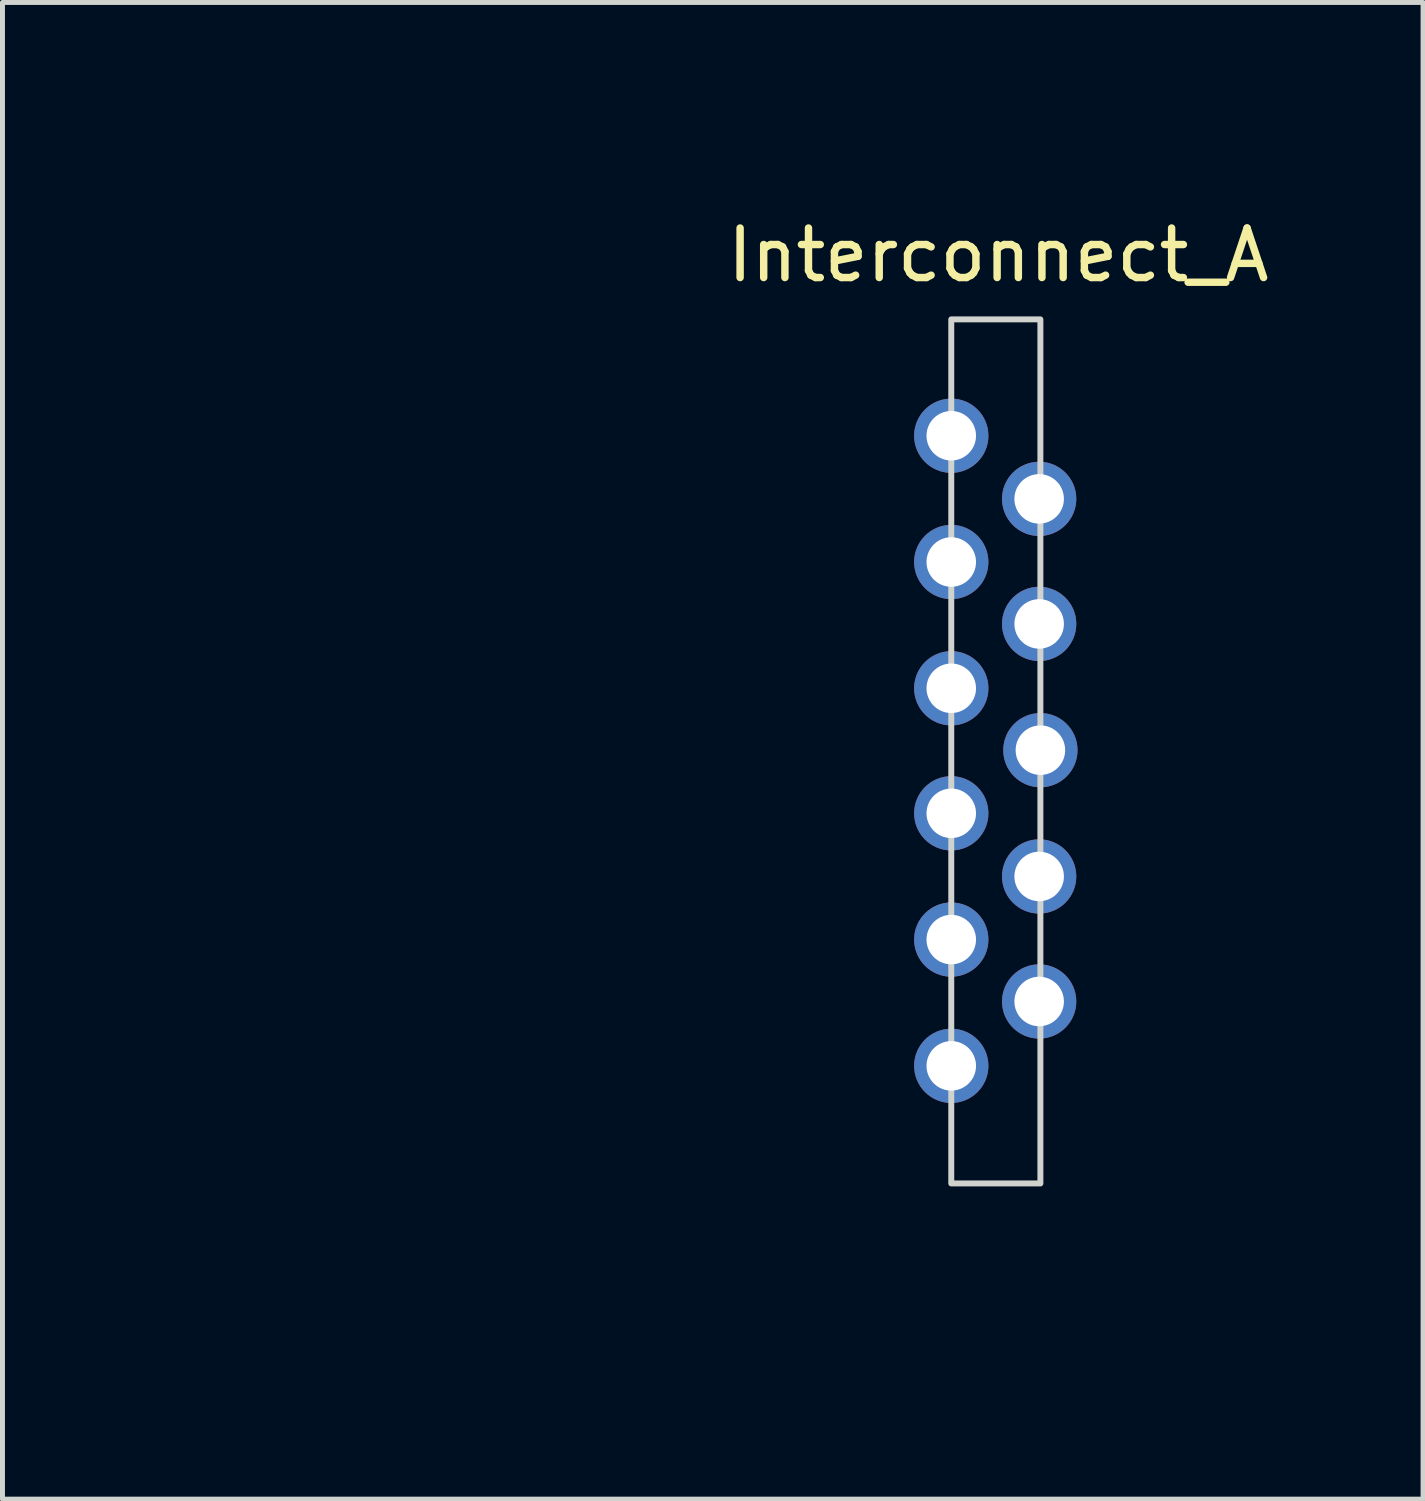
<source format=kicad_pcb>
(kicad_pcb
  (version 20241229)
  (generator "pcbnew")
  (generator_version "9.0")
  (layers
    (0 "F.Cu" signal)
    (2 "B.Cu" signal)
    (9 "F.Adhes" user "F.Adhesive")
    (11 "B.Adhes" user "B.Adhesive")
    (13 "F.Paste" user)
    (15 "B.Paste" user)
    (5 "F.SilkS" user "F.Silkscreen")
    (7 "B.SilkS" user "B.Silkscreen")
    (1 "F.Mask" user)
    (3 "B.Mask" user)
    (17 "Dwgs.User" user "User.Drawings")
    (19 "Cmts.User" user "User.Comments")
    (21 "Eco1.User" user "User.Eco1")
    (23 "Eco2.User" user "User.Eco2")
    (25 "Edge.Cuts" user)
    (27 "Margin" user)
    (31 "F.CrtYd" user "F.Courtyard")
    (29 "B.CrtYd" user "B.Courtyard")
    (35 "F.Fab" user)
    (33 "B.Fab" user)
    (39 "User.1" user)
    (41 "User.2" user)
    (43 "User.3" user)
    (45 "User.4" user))
  (footprint "Interconnect_A"
    (layer "F.Cu")
    (at 17.086 12.1)
    (property "Reference" "Interconnect_A" (at 0.025 -10 0) (unlocked yes) (layer "F.SilkS") (effects (font (size 1 1) (thickness 0.15))))
    (attr through_hole)
    (fp_poly (pts (xy 3.41 -12.019) (xy 3.614 -11.967) (xy 3.819 -11.895) (xy 4.019 -11.808) (xy 4.205 -11.709) (xy 4.348 -11.617) (xy 4.429 -11.554) (xy 4.519 -11.476) (xy 4.613 -11.388) (xy 4.705 -11.295) (xy 4.791 -11.203) (xy 4.864 -11.116) (xy 4.915 -11.048) (xy 5.05 -10.833) (xy 5.159 -10.615) (xy 5.244 -10.392) (xy 5.305 -10.16) (xy 5.337 -9.979) (xy 5.338 -9.968) (xy 5.339 -9.953) (xy 5.34 -9.933) (xy 5.341 -9.908) (xy 5.342 -9.877) (xy 5.343 -9.841) (xy 5.344 -9.797) (xy 5.345 -9.746) (xy 5.346 -9.687) (xy 5.347 -9.62) (xy 5.348 -9.543) (xy 5.349 -9.457) (xy 5.349 -9.361) (xy 5.35 -9.254) (xy 5.35 -9.136) (xy 5.351 -9.006) (xy 5.352 -8.863) (xy 5.352 -8.707) (xy 5.352 -8.538) (xy 5.353 -8.355) (xy 5.353 -8.156) (xy 5.353 -7.943) (xy 5.354 -7.714) (xy 5.354 -7.468) (xy 5.354 -7.205) (xy 5.354 -6.925) (xy 5.354 -6.626) (xy 5.355 -6.309) (xy 5.355 -5.973) (xy 5.355 -5.617) (xy 5.355 -5.24) (xy 5.355 -4.842) (xy 5.355 -4.423) (xy 5.355 -3.982) (xy 5.355 -3.518) (xy 5.354 -3.031) (xy 5.354 -2.52) (xy 5.354 -1.984) (xy 5.354 -1.424) (xy 5.354 -0.838) (xy 5.354 -0.226) (xy 5.354 0.065) (xy 5.353 0.684) (xy 5.353 1.277) (xy 5.353 1.844) (xy 5.353 2.385) (xy 5.352 2.903) (xy 5.352 3.396) (xy 5.352 3.866) (xy 5.352 4.313) (xy 5.352 4.737) (xy 5.351 5.14) (xy 5.351 5.522) (xy 5.351 5.884) (xy 5.351 6.225) (xy 5.35 6.547) (xy 5.35 6.85) (xy 5.35 7.135) (xy 5.349 7.403) (xy 5.349 7.653) (xy 5.349 7.887) (xy 5.348 8.105) (xy 5.348 8.308) (xy 5.347 8.496) (xy 5.347 8.669) (xy 5.346 8.83) (xy 5.346 8.977) (xy 5.345 9.112) (xy 5.345 9.234) (xy 5.344 9.346) (xy 5.343 9.447) (xy 5.343 9.538) (xy 5.342 9.619) (xy 5.341 9.692) (xy 5.34 9.756) (xy 5.339 9.812) (xy 5.338 9.861) (xy 5.337 9.904) (xy 5.336 9.94) (xy 5.335 9.971) (xy 5.334 9.997) (xy 5.333 10.019) (xy 5.331 10.037) (xy 5.33 10.052) (xy 5.329 10.065) (xy 5.327 10.075) (xy 5.326 10.084) (xy 5.325 10.088) (xy 5.276 10.295) (xy 5.21 10.499) (xy 5.13 10.694) (xy 5.039 10.871) (xy 5.02 10.904) (xy 4.946 11.02) (xy 4.873 11.123) (xy 4.794 11.221) (xy 4.702 11.321) (xy 4.638 11.386) (xy 4.461 11.547) (xy 4.277 11.685) (xy 4.082 11.802) (xy 3.873 11.9) (xy 3.647 11.98) (xy 3.41 12.042) (xy 3.278 12.071) (xy -6.496 12.074) (xy -7.111 12.074) (xy -7.699 12.075) (xy -8.262 12.075) (xy -8.8 12.075) (xy -9.313 12.075) (xy -9.802 12.075) (xy -10.267 12.075) (xy -10.71 12.075) (xy -11.131 12.075) (xy -11.53 12.075) (xy -11.907 12.075) (xy -12.265 12.075) (xy -12.602 12.075) (xy -12.92 12.075) (xy -13.219 12.075) (xy -13.501 12.075) (xy -13.764 12.075) (xy -14.011 12.075) (xy -14.241 12.075) (xy -14.455 12.074) (xy -14.654 12.074) (xy -14.838 12.074) (xy -15.008 12.073) (xy -15.165 12.073) (xy -15.309 12.073) (xy -15.44 12.072) (xy -15.56 12.072) (xy -15.668 12.071) (xy -15.766 12.07) (xy -15.854 12.07) (xy -15.932 12.069) (xy -16.001 12.068) (xy -16.063 12.067) (xy -16.116 12.066) (xy -16.162 12.066) (xy -16.202 12.065) (xy -16.236 12.063) (xy -16.265 12.062) (xy -16.288 12.061) (xy -16.308 12.06) (xy -16.324 12.059) (xy -16.336 12.057) (xy -16.347 12.056) (xy -16.355 12.054) (xy -16.363 12.053) (xy -16.368 12.051) (xy -16.5 12.005) (xy -16.626 11.937) (xy -16.742 11.851) (xy -16.841 11.752) (xy -16.902 11.67) (xy -16.932 11.617) (xy -16.964 11.552) (xy -16.992 11.488) (xy -16.994 11.481) (xy -17.036 11.372) (xy -17.036 8.715) (xy -15.927 8.715) (xy -15.55 8.715) (xy -15.55 7.975) (xy -9.832 7.975) (xy -9.832 8.107) (xy -9.832 8.232) (xy -9.831 8.346) (xy -9.83 8.448) (xy -9.829 8.535) (xy -9.827 8.603) (xy -9.826 8.65) (xy -9.824 8.673) (xy -9.824 8.673) (xy -9.815 8.715) (xy -9.637 8.715) (xy -4.33 8.715) (xy -4.143 8.715) (xy -4.067 8.715) (xy -4.014 8.713) (xy -3.979 8.71) (xy -3.959 8.705) (xy -3.949 8.697) (xy -3.948 8.694) (xy -3.946 8.677) (xy -3.945 8.635) (xy -3.943 8.572) (xy -3.942 8.49) (xy -3.941 8.391) (xy -3.94 8.278) (xy -3.94 8.154) (xy -3.94 8.022) (xy -3.94 7.975) (xy -3.94 7.84) (xy -3.94 7.713) (xy -3.941 7.596) (xy -3.942 7.493) (xy -3.943 7.404) (xy -3.944 7.334) (xy -3.946 7.285) (xy -3.947 7.26) (xy -3.948 7.257) (xy -3.955 7.248) (xy -3.971 7.242) (xy -4 7.238) (xy -4.046 7.236) (xy -4.114 7.235) (xy -4.143 7.235) (xy -4.33 7.235) (xy -4.33 8.715) (xy -9.637 8.715) (xy -9.563 8.715) (xy -9.511 8.713) (xy -9.478 8.71) (xy -9.46 8.704) (xy -9.451 8.696) (xy -9.45 8.694) (xy -9.449 8.677) (xy -9.447 8.635) (xy -9.446 8.572) (xy -9.445 8.49) (xy -9.444 8.391) (xy -9.443 8.278) (xy -9.442 8.154) (xy -9.442 8.022) (xy -9.442 7.975) (xy -9.442 7.84) (xy -9.443 7.713) (xy -9.443 7.596) (xy -9.444 7.493) (xy -9.445 7.404) (xy -9.447 7.334) (xy -9.448 7.285) (xy -9.45 7.26) (xy -9.45 7.257) (xy -9.457 7.248) (xy -9.474 7.242) (xy -9.504 7.238) (xy -9.551 7.236) (xy -9.621 7.235) (xy -9.637 7.235) (xy -9.815 7.235) (xy -9.824 7.277) (xy -9.825 7.299) (xy -9.827 7.345) (xy -9.828 7.412) (xy -9.83 7.497) (xy -9.831 7.598) (xy -9.831 7.712) (xy -9.832 7.837) (xy -9.832 7.968) (xy -9.832 7.975) (xy -15.55 7.975) (xy -15.55 7.235) (xy -15.927 7.235) (xy -15.927 8.715) (xy -17.036 8.715) (xy -17.036 6.435) (xy -17.036 5.995) (xy -17.036 5.976) (xy -13.532 5.976) (xy -13.532 6.114) (xy -13.531 6.243) (xy -13.531 6.362) (xy -13.53 6.468) (xy -13.528 6.558) (xy -13.527 6.63) (xy -13.525 6.682) (xy -13.524 6.71) (xy -13.523 6.715) (xy -13.507 6.719) (xy -13.469 6.721) (xy -13.415 6.723) (xy -13.35 6.724) (xy -13.336 6.724) (xy -8.029 6.724) (xy -7.865 6.724) (xy -7.798 6.723) (xy -7.739 6.721) (xy -7.694 6.719) (xy -7.67 6.716) (xy -7.639 6.708) (xy -7.639 5.983) (xy -7.639 5.818) (xy -7.64 5.678) (xy -7.641 5.561) (xy -7.642 5.465) (xy -7.643 5.39) (xy -7.645 5.332) (xy -7.648 5.291) (xy -7.651 5.265) (xy -7.654 5.251) (xy -7.656 5.249) (xy -7.678 5.243) (xy -7.72 5.238) (xy -7.775 5.235) (xy -7.835 5.232) (xy -7.894 5.232) (xy -7.946 5.233) (xy -7.981 5.237) (xy -7.982 5.237) (xy -8.029 5.246) (xy -8.029 6.724) (xy -13.336 6.724) (xy -13.264 6.724) (xy -13.214 6.723) (xy -13.183 6.72) (xy -13.164 6.715) (xy -13.155 6.707) (xy -13.151 6.696) (xy -13.15 6.694) (xy -13.148 6.673) (xy -13.146 6.628) (xy -13.145 6.563) (xy -13.144 6.481) (xy -13.143 6.385) (xy -13.142 6.279) (xy -13.142 6.164) (xy -13.142 6.044) (xy -13.142 5.923) (xy -13.143 5.803) (xy -13.144 5.688) (xy -13.145 5.58) (xy -13.146 5.483) (xy -13.148 5.399) (xy -13.15 5.332) (xy -13.152 5.285) (xy -13.154 5.261) (xy -13.155 5.258) (xy -13.173 5.249) (xy -13.212 5.242) (xy -13.265 5.235) (xy -13.325 5.232) (xy -13.386 5.23) (xy -13.442 5.232) (xy -13.484 5.237) (xy -13.532 5.246) (xy -13.532 5.976) (xy -17.036 5.976) (xy -17.036 5.581) (xy -17.036 5.191) (xy -17.036 4.826) (xy -17.036 4.485) (xy -17.036 4.165) (xy -17.036 3.867) (xy -17.036 3.802) (xy -1.423 3.802) (xy -1.414 3.911) (xy -1.396 3.982) (xy -1.374 4.041) (xy -1.348 4.087) (xy -1.311 4.133) (xy -1.29 4.155) (xy -1.221 4.218) (xy -1.153 4.261) (xy -1.077 4.29) (xy -1.015 4.304) (xy -0.926 4.321) (xy -0.929 5.095) (xy -0.933 5.87) (xy -1.009 5.879) (xy -1.105 5.904) (xy -1.197 5.95) (xy -1.28 6.014) (xy -1.348 6.091) (xy -1.384 6.154) (xy -1.412 6.243) (xy -1.423 6.343) (xy -1.415 6.447) (xy -1.397 6.523) (xy -1.375 6.581) (xy -1.348 6.628) (xy -1.31 6.675) (xy -1.291 6.695) (xy -1.207 6.768) (xy -1.121 6.817) (xy -1.038 6.84) (xy -0.996 6.846) (xy -0.96 6.852) (xy -0.956 6.853) (xy -0.926 6.859) (xy -0.926 7.786) (xy -0.926 7.967) (xy -0.926 8.123) (xy -0.926 8.255) (xy -0.925 8.366) (xy -0.924 8.458) (xy -0.923 8.533) (xy -0.922 8.591) (xy -0.921 8.636) (xy -0.918 8.669) (xy -0.916 8.692) (xy -0.913 8.706) (xy -0.909 8.715) (xy -0.905 8.719) (xy -0.902 8.719) (xy -0.882 8.721) (xy -0.837 8.723) (xy -0.772 8.724) (xy -0.688 8.725) (xy -0.589 8.726) (xy -0.478 8.727) (xy -0.357 8.727) (xy -0.228 8.727) (xy -0.096 8.727) (xy 0.037 8.727) (xy 0.169 8.727) (xy 0.297 8.726) (xy 0.417 8.725) (xy 0.527 8.724) (xy 0.625 8.722) (xy 0.706 8.721) (xy 0.769 8.719) (xy 0.811 8.718) (xy 0.829 8.716) (xy 0.863 8.703) (xy 0.863 5.587) (xy 0.943 5.572) (xy 1.056 5.538) (xy 1.155 5.482) (xy 1.235 5.408) (xy 1.297 5.316) (xy 1.338 5.208) (xy 1.347 5.169) (xy 1.353 5.064) (xy 1.335 4.961) (xy 1.295 4.865) (xy 1.236 4.778) (xy 1.162 4.704) (xy 1.074 4.648) (xy 0.975 4.612) (xy 0.933 4.604) (xy 0.863 4.595) (xy 0.863 3.042) (xy 0.933 3.033) (xy 1.026 3.01) (xy 1.117 2.965) (xy 1.2 2.903) (xy 1.268 2.828) (xy 1.305 2.767) (xy 1.338 2.669) (xy 1.351 2.563) (xy 1.342 2.456) (xy 1.313 2.355) (xy 1.288 2.306) (xy 1.223 2.219) (xy 1.138 2.148) (xy 1.04 2.095) (xy 0.943 2.067) (xy 0.863 2.053) (xy 0.863 0.495) (xy 0.913 0.495) (xy 0.988 0.484) (xy 1.069 0.453) (xy 1.148 0.407) (xy 1.219 0.348) (xy 1.24 0.325) (xy 1.299 0.239) (xy 1.336 0.14) (xy 1.351 0.036) (xy 1.345 -0.07) (xy 1.315 -0.173) (xy 1.277 -0.247) (xy 1.206 -0.338) (xy 1.124 -0.406) (xy 1.028 -0.452) (xy 0.947 -0.474) (xy 0.863 -0.49) (xy 0.863 -2.033) (xy 0.894 -2.04) (xy 0.928 -2.046) (xy 0.97 -2.053) (xy 0.974 -2.054) (xy 1.049 -2.077) (xy 1.126 -2.12) (xy 1.198 -2.177) (xy 1.26 -2.244) (xy 1.3 -2.308) (xy 1.34 -2.417) (xy 1.352 -2.528) (xy 1.342 -2.626) (xy 1.308 -2.729) (xy 1.255 -2.82) (xy 1.186 -2.898) (xy 1.103 -2.959) (xy 1.012 -2.999) (xy 0.935 -3.013) (xy 0.863 -3.019) (xy 0.863 -4.573) (xy 0.947 -4.59) (xy 1.04 -4.615) (xy 1.119 -4.655) (xy 1.194 -4.714) (xy 1.199 -4.719) (xy 1.274 -4.805) (xy 1.324 -4.902) (xy 1.349 -5.006) (xy 1.349 -5.116) (xy 1.324 -5.228) (xy 1.301 -5.285) (xy 1.25 -5.368) (xy 1.18 -5.442) (xy 1.097 -5.5) (xy 1.006 -5.54) (xy 0.935 -5.555) (xy 0.863 -5.563) (xy 0.863 -8.69) (xy 0.821 -8.698) (xy 0.8 -8.7) (xy 0.754 -8.702) (xy 0.688 -8.703) (xy 0.604 -8.704) (xy 0.504 -8.705) (xy 0.392 -8.705) (xy 0.27 -8.706) (xy 0.142 -8.706) (xy 0.01 -8.706) (xy -0.123 -8.706) (xy -0.255 -8.706) (xy -0.381 -8.706) (xy -0.5 -8.705) (xy -0.609 -8.705) (xy -0.704 -8.704) (xy -0.784 -8.702) (xy -0.844 -8.701) (xy -0.883 -8.7) (xy -0.896 -8.698) (xy -0.926 -8.69) (xy -0.926 -6.842) (xy -1.004 -6.827) (xy -1.115 -6.795) (xy -1.214 -6.742) (xy -1.298 -6.671) (xy -1.363 -6.586) (xy -1.379 -6.557) (xy -1.397 -6.518) (xy -1.408 -6.483) (xy -1.414 -6.444) (xy -1.417 -6.392) (xy -1.417 -6.346) (xy -1.416 -6.281) (xy -1.413 -6.234) (xy -1.405 -6.197) (xy -1.392 -6.161) (xy -1.379 -6.134) (xy -1.319 -6.04) (xy -1.243 -5.961) (xy -1.153 -5.902) (xy -1.054 -5.866) (xy -1.009 -5.857) (xy -0.933 -5.848) (xy -0.926 -4.297) (xy -0.989 -4.288) (xy -1.101 -4.259) (xy -1.202 -4.208) (xy -1.289 -4.139) (xy -1.357 -4.054) (xy -1.379 -4.014) (xy -1.397 -3.975) (xy -1.408 -3.94) (xy -1.414 -3.901) (xy -1.417 -3.849) (xy -1.417 -3.803) (xy -1.416 -3.738) (xy -1.413 -3.691) (xy -1.405 -3.654) (xy -1.392 -3.619) (xy -1.379 -3.592) (xy -1.318 -3.496) (xy -1.239 -3.417) (xy -1.146 -3.358) (xy -1.042 -3.322) (xy -1.007 -3.315) (xy -0.933 -3.305) (xy -0.933 -1.759) (xy -1.018 -1.742) (xy -1.124 -1.708) (xy -1.221 -1.653) (xy -1.303 -1.581) (xy -1.367 -1.495) (xy -1.397 -1.432) (xy -1.419 -1.343) (xy -1.423 -1.245) (xy -1.41 -1.146) (xy -1.382 -1.057) (xy -1.378 -1.051) (xy -1.322 -0.962) (xy -1.247 -0.886) (xy -1.159 -0.826) (xy -1.063 -0.787) (xy -1.002 -0.775) (xy -0.926 -0.766) (xy -0.929 0.008) (xy -0.933 0.782) (xy -1.017 0.799) (xy -1.133 0.835) (xy -1.231 0.89) (xy -1.311 0.962) (xy -1.37 1.05) (xy -1.408 1.153) (xy -1.422 1.252) (xy -1.422 1.319) (xy -1.416 1.374) (xy -1.401 1.43) (xy -1.396 1.444) (xy -1.349 1.54) (xy -1.281 1.624) (xy -1.197 1.692) (xy -1.102 1.741) (xy -1.001 1.767) (xy -1 1.767) (xy -0.926 1.776) (xy -0.929 2.552) (xy -0.933 3.327) (xy -1.007 3.337) (xy -1.112 3.365) (xy -1.21 3.417) (xy -1.295 3.488) (xy -1.362 3.576) (xy -1.378 3.605) (xy -1.411 3.698) (xy -1.423 3.802) (xy -17.036 3.802) (xy -17.036 3.59) (xy -17.036 3.332) (xy -17.035 3.093) (xy -17.035 2.93) (xy -15.657 2.93) (xy -9.227 2.93) (xy -9.22 2.9) (xy -9.219 2.882) (xy -9.218 2.839) (xy -9.217 2.773) (xy -9.216 2.686) (xy -9.216 2.58) (xy -9.215 2.456) (xy -9.215 2.316) (xy -9.215 2.163) (xy -9.215 1.997) (xy -9.215 1.822) (xy -9.215 1.638) (xy -9.215 1.447) (xy -9.216 1.252) (xy -9.216 1.119) (xy -6.799 1.119) (xy -6.787 1.284) (xy -6.751 1.445) (xy -6.69 1.6) (xy -6.683 1.614) (xy -6.593 1.763) (xy -6.485 1.895) (xy -6.359 2.008) (xy -6.218 2.1) (xy -6.064 2.17) (xy -5.924 2.211) (xy -5.846 2.223) (xy -5.751 2.228) (xy -5.65 2.228) (xy -5.552 2.222) (xy -5.467 2.21) (xy -5.463 2.209) (xy -5.299 2.163) (xy -5.15 2.096) (xy -5.016 2.009) (xy -4.898 1.906) (xy -4.797 1.789) (xy -4.713 1.659) (xy -4.649 1.52) (xy -4.604 1.373) (xy -4.579 1.22) (xy -4.576 1.064) (xy -4.595 0.907) (xy -4.638 0.751) (xy -4.704 0.598) (xy -4.774 0.482) (xy -4.82 0.423) (xy -4.88 0.357) (xy -4.948 0.29) (xy -5.017 0.23) (xy -5.073 0.188) (xy -5.211 0.11) (xy -5.361 0.053) (xy -5.519 0.018) (xy -5.681 0.005) (xy -5.842 0.015) (xy -5.997 0.049) (xy -6.049 0.066) (xy -6.201 0.134) (xy -6.344 0.223) (xy -6.471 0.329) (xy -6.579 0.449) (xy -6.612 0.495) (xy -6.694 0.639) (xy -6.753 0.793) (xy -6.788 0.954) (xy -6.799 1.119) (xy -9.216 1.119) (xy -9.216 1.054) (xy -9.217 0.855) (xy -9.217 0.657) (xy -9.218 0.461) (xy -9.219 0.269) (xy -9.22 0.084) (xy -9.221 -0.093) (xy -9.222 -0.26) (xy -9.223 -0.415) (xy -9.224 -0.556) (xy -9.225 -0.683) (xy -9.226 -0.792) (xy -9.227 -0.882) (xy -9.228 -0.951) (xy -9.23 -0.997) (xy -9.231 -1.019) (xy -9.231 -1.02) (xy -9.245 -1.021) (xy -9.285 -1.022) (xy -9.349 -1.023) (xy -9.435 -1.024) (xy -9.543 -1.025) (xy -9.67 -1.026) (xy -9.816 -1.027) (xy -9.978 -1.028) (xy -10.156 -1.029) (xy -10.348 -1.03) (xy -10.553 -1.03) (xy -10.769 -1.031) (xy -10.994 -1.032) (xy -11.228 -1.033) (xy -11.469 -1.033) (xy -11.715 -1.034) (xy -11.966 -1.034) (xy -12.219 -1.035) (xy -12.473 -1.035) (xy -12.727 -1.036) (xy -12.979 -1.036) (xy -13.228 -1.036) (xy -13.473 -1.037) (xy -13.711 -1.037) (xy -13.943 -1.037) (xy -14.165 -1.037) (xy -14.377 -1.037) (xy -14.578 -1.037) (xy -14.765 -1.037) (xy -14.938 -1.036) (xy -15.095 -1.036) (xy -15.234 -1.036) (xy -15.355 -1.035) (xy -15.456 -1.035) (xy -15.534 -1.034) (xy -15.59 -1.033) (xy -15.621 -1.032) (xy -15.627 -1.032) (xy -15.657 -1.024) (xy -15.657 2.93) (xy -17.035 2.93) (xy -17.035 2.872) (xy -17.034 2.667) (xy -17.034 2.479) (xy -17.033 2.306) (xy -17.032 2.146) (xy -17.031 2) (xy -17.03 1.867) (xy -17.028 1.744) (xy -17.027 1.632) (xy -17.025 1.53) (xy -17.023 1.437) (xy -17.02 1.351) (xy -17.018 1.272) (xy -17.015 1.199) (xy -17.012 1.131) (xy -17.009 1.067) (xy -17.005 1.006) (xy -17.002 0.948) (xy -16.997 0.89) (xy -16.993 0.834) (xy -16.988 0.777) (xy -16.983 0.718) (xy -16.978 0.658) (xy -16.972 0.594) (xy -16.966 0.526) (xy -16.962 0.482) (xy -16.88 -0.273) (xy -16.772 -1.022) (xy -16.639 -1.765) (xy -16.479 -2.502) (xy -16.294 -3.231) (xy -16.084 -3.953) (xy -15.849 -4.666) (xy -15.588 -5.37) (xy -15.452 -5.702) (xy -13.796 -5.702) (xy -13.796 -5.688) (xy -13.791 -5.653) (xy -13.783 -5.603) (xy -13.775 -5.551) (xy -13.698 -5.184) (xy -13.598 -4.829) (xy -13.474 -4.487) (xy -13.326 -4.157) (xy -13.154 -3.839) (xy -12.958 -3.532) (xy -12.736 -3.234) (xy -12.679 -3.164) (xy -12.627 -3.103) (xy -12.564 -3.034) (xy -12.494 -2.96) (xy -12.418 -2.883) (xy -12.34 -2.805) (xy -12.261 -2.729) (xy -12.184 -2.656) (xy -12.111 -2.589) (xy -12.044 -2.53) (xy -11.987 -2.482) (xy -11.94 -2.446) (xy -11.908 -2.424) (xy -11.891 -2.42) (xy -11.89 -2.421) (xy -11.879 -2.435) (xy -11.855 -2.466) (xy -11.822 -2.508) (xy -11.792 -2.547) (xy -11.755 -2.595) (xy -11.726 -2.636) (xy -11.708 -2.664) (xy -11.703 -2.675) (xy -11.704 -2.676) (xy -6.01 -2.676) (xy -5.806 -2.412) (xy -5.67 -2.522) (xy -5.617 -2.567) (xy -5.552 -2.626) (xy -5.478 -2.694) (xy -5.402 -2.765) (xy -5.33 -2.836) (xy -5.325 -2.841) (xy -5.075 -3.109) (xy -4.846 -3.392) (xy -4.64 -3.689) (xy -4.457 -3.999) (xy -4.298 -4.322) (xy -4.162 -4.655) (xy -4.051 -4.998) (xy -3.965 -5.35) (xy -3.921 -5.588) (xy -3.903 -5.705) (xy -3.945 -5.712) (xy -3.999 -5.72) (xy -4.058 -5.729) (xy -4.117 -5.736) (xy -4.169 -5.741) (xy -4.209 -5.744) (xy -4.229 -5.744) (xy -4.23 -5.743) (xy -4.235 -5.728) (xy -4.243 -5.692) (xy -4.252 -5.643) (xy -4.256 -5.617) (xy -4.322 -5.293) (xy -4.412 -4.969) (xy -4.527 -4.649) (xy -4.664 -4.337) (xy -4.821 -4.037) (xy -4.926 -3.864) (xy -5.062 -3.662) (xy -5.215 -3.461) (xy -5.381 -3.264) (xy -5.555 -3.078) (xy -5.732 -2.907) (xy -5.908 -2.757) (xy -5.913 -2.753) (xy -6.01 -2.676) (xy -11.704 -2.676) (xy -11.713 -2.688) (xy -11.74 -2.712) (xy -11.779 -2.744) (xy -11.8 -2.76) (xy -11.851 -2.802) (xy -11.916 -2.861) (xy -11.992 -2.932) (xy -12.074 -3.012) (xy -12.16 -3.098) (xy -12.245 -3.185) (xy -12.326 -3.271) (xy -12.399 -3.35) (xy -12.461 -3.42) (xy -12.505 -3.474) (xy -12.7 -3.744) (xy -11.241 -3.744) (xy -11.222 -3.652) (xy -11.182 -3.564) (xy -11.122 -3.486) (xy -11.114 -3.478) (xy -11.039 -3.423) (xy -10.951 -3.389) (xy -10.857 -3.378) (xy -10.761 -3.391) (xy -10.686 -3.418) (xy -10.599 -3.471) (xy -10.534 -3.537) (xy -10.492 -3.618) (xy -10.47 -3.716) (xy -10.467 -3.744) (xy -10.465 -3.798) (xy -9.239 -3.798) (xy -9.235 -3.708) (xy -9.211 -3.621) (xy -9.169 -3.541) (xy -9.109 -3.472) (xy -9.033 -3.418) (xy -8.988 -3.398) (xy -8.936 -3.386) (xy -8.869 -3.383) (xy -8.799 -3.386) (xy -8.734 -3.397) (xy -8.689 -3.413) (xy -8.6 -3.47) (xy -8.533 -3.542) (xy -8.507 -3.583) (xy -8.485 -3.627) (xy -8.473 -3.667) (xy -8.468 -3.714) (xy -8.467 -3.756) (xy -8.469 -3.775) (xy -7.244 -3.775) (xy -7.233 -3.68) (xy -7.198 -3.589) (xy -7.144 -3.511) (xy -7.065 -3.443) (xy -6.976 -3.398) (xy -6.88 -3.379) (xy -6.78 -3.385) (xy -6.72 -3.401) (xy -6.658 -3.432) (xy -6.595 -3.48) (xy -6.539 -3.537) (xy -6.5 -3.595) (xy -6.499 -3.598) (xy -6.469 -3.692) (xy -6.463 -3.787) (xy -6.481 -3.881) (xy -6.521 -3.968) (xy -6.581 -4.044) (xy -6.66 -4.105) (xy -6.669 -4.11) (xy -6.756 -4.144) (xy -6.849 -4.155) (xy -6.941 -4.144) (xy -7.03 -4.112) (xy -7.108 -4.06) (xy -7.172 -3.991) (xy -7.189 -3.965) (xy -7.229 -3.872) (xy -7.244 -3.775) (xy -8.469 -3.775) (xy -8.477 -3.859) (xy -8.509 -3.948) (xy -8.563 -4.025) (xy -8.59 -4.053) (xy -8.651 -4.101) (xy -8.711 -4.132) (xy -8.78 -4.147) (xy -8.85 -4.151) (xy -8.942 -4.144) (xy -9.022 -4.118) (xy -9.096 -4.069) (xy -9.126 -4.042) (xy -9.186 -3.969) (xy -9.223 -3.887) (xy -9.239 -3.798) (xy -10.465 -3.798) (xy -10.465 -3.803) (xy -10.469 -3.845) (xy -10.479 -3.883) (xy -10.495 -3.919) (xy -10.549 -4.008) (xy -10.618 -4.076) (xy -10.697 -4.124) (xy -10.784 -4.15) (xy -10.875 -4.155) (xy -10.966 -4.138) (xy -11.053 -4.098) (xy -11.132 -4.036) (xy -11.163 -4.002) (xy -11.212 -3.923) (xy -11.237 -3.836) (xy -11.241 -3.744) (xy -12.7 -3.744) (xy -12.717 -3.768) (xy -12.905 -4.072) (xy -13.067 -4.385) (xy -13.205 -4.707) (xy -13.317 -5.035) (xy -13.403 -5.371) (xy -13.441 -5.569) (xy -13.453 -5.637) (xy -13.466 -5.693) (xy -13.476 -5.731) (xy -13.485 -5.747) (xy -13.486 -5.747) (xy -13.506 -5.745) (xy -13.545 -5.741) (xy -13.595 -5.734) (xy -13.651 -5.726) (xy -13.706 -5.718) (xy -13.752 -5.711) (xy -13.785 -5.705) (xy -13.796 -5.702) (xy -15.452 -5.702) (xy -15.427 -5.762) (xy -12.239 -5.762) (xy -12.231 -5.678) (xy -12.209 -5.604) (xy -12.203 -5.592) (xy -12.173 -5.547) (xy -12.129 -5.496) (xy -12.08 -5.45) (xy -12.034 -5.416) (xy -12.026 -5.411) (xy -11.955 -5.387) (xy -11.871 -5.379) (xy -11.782 -5.387) (xy -11.696 -5.413) (xy -11.68 -5.42) (xy -11.599 -5.472) (xy -11.532 -5.546) (xy -11.498 -5.603) (xy -11.477 -5.667) (xy -11.468 -5.744) (xy -11.47 -5.812) (xy -10.243 -5.812) (xy -10.243 -5.74) (xy -10.225 -5.659) (xy -10.193 -5.581) (xy -10.168 -5.538) (xy -10.122 -5.486) (xy -10.064 -5.439) (xy -10.003 -5.405) (xy -9.955 -5.39) (xy -9.919 -5.383) (xy -9.895 -5.377) (xy -9.893 -5.377) (xy -9.862 -5.374) (xy -9.814 -5.379) (xy -9.761 -5.391) (xy -9.709 -5.407) (xy -9.681 -5.419) (xy -9.595 -5.476) (xy -9.53 -5.547) (xy -9.485 -5.628) (xy -9.463 -5.716) (xy -9.463 -5.776) (xy -8.235 -5.776) (xy -8.225 -5.668) (xy -8.191 -5.576) (xy -8.136 -5.498) (xy -8.059 -5.436) (xy -8.05 -5.43) (xy -7.965 -5.394) (xy -7.872 -5.379) (xy -7.78 -5.384) (xy -7.695 -5.41) (xy -7.689 -5.413) (xy -7.602 -5.47) (xy -7.535 -5.542) (xy -7.489 -5.627) (xy -7.466 -5.721) (xy -7.465 -5.757) (xy -7.466 -5.767) (xy -6.233 -5.767) (xy -6.231 -5.693) (xy -6.222 -5.637) (xy -6.202 -5.589) (xy -6.169 -5.542) (xy -6.136 -5.503) (xy -6.06 -5.438) (xy -5.973 -5.396) (xy -5.878 -5.378) (xy -5.78 -5.384) (xy -5.694 -5.411) (xy -5.618 -5.456) (xy -5.55 -5.52) (xy -5.5 -5.595) (xy -5.475 -5.667) (xy -5.465 -5.751) (xy -5.471 -5.837) (xy -5.491 -5.914) (xy -5.495 -5.923) (xy -5.548 -6.009) (xy -5.617 -6.077) (xy -5.697 -6.124) (xy -5.786 -6.15) (xy -5.878 -6.154) (xy -5.97 -6.136) (xy -6.058 -6.094) (xy -6.112 -6.054) (xy -6.166 -6) (xy -6.203 -5.946) (xy -6.224 -5.886) (xy -6.232 -5.811) (xy -6.233 -5.767) (xy -7.466 -5.767) (xy -7.476 -5.858) (xy -7.509 -5.947) (xy -7.56 -6.022) (xy -7.625 -6.082) (xy -7.702 -6.125) (xy -7.787 -6.149) (xy -7.877 -6.153) (xy -7.968 -6.136) (xy -8.057 -6.097) (xy -8.117 -6.053) (xy -8.147 -6.021) (xy -8.179 -5.977) (xy -8.197 -5.948) (xy -8.218 -5.905) (xy -8.229 -5.865) (xy -8.234 -5.817) (xy -8.235 -5.776) (xy -9.463 -5.776) (xy -9.463 -5.807) (xy -9.486 -5.898) (xy -9.534 -5.984) (xy -9.566 -6.023) (xy -9.635 -6.088) (xy -9.705 -6.13) (xy -9.782 -6.151) (xy -9.845 -6.155) (xy -9.946 -6.142) (xy -10.038 -6.106) (xy -10.117 -6.05) (xy -10.18 -5.977) (xy -10.224 -5.889) (xy -10.243 -5.812) (xy -11.47 -5.812) (xy -11.471 -5.825) (xy -11.486 -5.899) (xy -11.496 -5.923) (xy -11.55 -6.012) (xy -11.623 -6.082) (xy -11.684 -6.119) (xy -11.774 -6.149) (xy -11.868 -6.155) (xy -11.961 -6.139) (xy -12.047 -6.102) (xy -12.123 -6.046) (xy -12.184 -5.973) (xy -12.213 -5.919) (xy -12.234 -5.846) (xy -12.239 -5.762) (xy -15.427 -5.762) (xy -15.303 -6.065) (xy -14.994 -6.749) (xy -14.66 -7.423) (xy -14.468 -7.778) (xy -11.741 -7.778) (xy -11.73 -7.678) (xy -11.724 -7.654) (xy -11.69 -7.578) (xy -11.637 -7.506) (xy -11.571 -7.446) (xy -11.5 -7.404) (xy -11.496 -7.402) (xy -11.415 -7.382) (xy -11.327 -7.379) (xy -11.242 -7.394) (xy -11.189 -7.415) (xy -11.116 -7.462) (xy -11.051 -7.524) (xy -11.002 -7.591) (xy -10.998 -7.597) (xy -10.982 -7.634) (xy -10.973 -7.677) (xy -10.97 -7.734) (xy -10.969 -7.758) (xy -10.97 -7.772) (xy -9.737 -7.772) (xy -9.726 -7.671) (xy -9.692 -7.581) (xy -9.64 -7.504) (xy -9.573 -7.444) (xy -9.494 -7.401) (xy -9.406 -7.379) (xy -9.312 -7.38) (xy -9.223 -7.402) (xy -9.133 -7.448) (xy -9.061 -7.512) (xy -9.008 -7.587) (xy -8.976 -7.672) (xy -8.964 -7.762) (xy -8.965 -7.773) (xy -6.738 -7.773) (xy -6.726 -7.671) (xy -6.692 -7.58) (xy -6.64 -7.504) (xy -6.573 -7.443) (xy -6.494 -7.401) (xy -6.405 -7.379) (xy -6.311 -7.38) (xy -6.222 -7.402) (xy -6.129 -7.45) (xy -6.055 -7.515) (xy -6.003 -7.595) (xy -5.973 -7.687) (xy -5.966 -7.758) (xy -5.978 -7.862) (xy -6.015 -7.956) (xy -6.073 -8.037) (xy -6.152 -8.103) (xy -6.18 -8.119) (xy -6.238 -8.139) (xy -6.31 -8.149) (xy -6.388 -8.149) (xy -6.462 -8.138) (xy -6.519 -8.118) (xy -6.609 -8.058) (xy -6.676 -7.986) (xy -6.718 -7.902) (xy -6.737 -7.806) (xy -6.738 -7.773) (xy -8.965 -7.773) (xy -8.974 -7.853) (xy -9.006 -7.941) (xy -9.062 -8.024) (xy -9.076 -8.039) (xy -9.133 -8.091) (xy -9.189 -8.124) (xy -9.253 -8.142) (xy -9.332 -8.148) (xy -9.348 -8.148) (xy -9.409 -8.147) (xy -9.454 -8.142) (xy -9.491 -8.131) (xy -9.531 -8.112) (xy -9.616 -8.054) (xy -9.68 -7.98) (xy -9.72 -7.893) (xy -9.737 -7.793) (xy -9.737 -7.772) (xy -10.97 -7.772) (xy -10.976 -7.853) (xy -10.999 -7.93) (xy -11.041 -8) (xy -11.089 -8.053) (xy -11.163 -8.11) (xy -11.245 -8.143) (xy -11.338 -8.154) (xy -11.378 -8.152) (xy -11.478 -8.133) (xy -11.565 -8.092) (xy -11.637 -8.033) (xy -11.692 -7.959) (xy -11.727 -7.873) (xy -11.741 -7.778) (xy -14.468 -7.778) (xy -14.302 -8.085) (xy -13.921 -8.736) (xy -13.516 -9.373) (xy -13.087 -9.998) (xy -12.971 -10.16) (xy -12.847 -10.329) (xy -12.724 -10.494) (xy -12.602 -10.653) (xy -12.484 -10.804) (xy -12.372 -10.944) (xy -12.275 -11.064) (xy -10.599 -11.064) (xy -10.599 -10.956) (xy -10.598 -10.856) (xy -10.597 -10.768) (xy -10.595 -10.694) (xy -10.594 -10.637) (xy -10.592 -10.603) (xy -10.591 -10.594) (xy -10.582 -10.563) (xy -7.115 -10.563) (xy -7.115 -11.529) (xy -7.157 -11.537) (xy -7.176 -11.538) (xy -7.22 -11.539) (xy -7.287 -11.54) (xy -7.376 -11.541) (xy -7.486 -11.542) (xy -7.614 -11.543) (xy -7.759 -11.543) (xy -7.919 -11.544) (xy -8.093 -11.545) (xy -8.279 -11.545) (xy -8.475 -11.545) (xy -8.679 -11.545) (xy -8.878 -11.545) (xy -9.128 -11.545) (xy -9.351 -11.545) (xy -9.551 -11.545) (xy -9.727 -11.545) (xy -9.883 -11.544) (xy -10.018 -11.544) (xy -10.134 -11.543) (xy -10.234 -11.542) (xy -10.317 -11.541) (xy -10.386 -11.54) (xy -10.442 -11.539) (xy -10.486 -11.537) (xy -10.519 -11.535) (xy -10.544 -11.533) (xy -10.561 -11.53) (xy -10.572 -11.528) (xy -10.578 -11.525) (xy -10.578 -11.524) (xy -10.584 -11.515) (xy -10.589 -11.5) (xy -10.592 -11.476) (xy -10.595 -11.439) (xy -10.597 -11.388) (xy -10.598 -11.319) (xy -10.599 -11.23) (xy -10.599 -11.118) (xy -10.599 -11.064) (xy -12.275 -11.064) (xy -12.267 -11.073) (xy -12.172 -11.186) (xy -12.086 -11.283) (xy -12.014 -11.36) (xy -11.982 -11.392) (xy -11.795 -11.556) (xy -11.594 -11.697) (xy -11.379 -11.817) (xy -11.149 -11.915) (xy -10.902 -11.992) (xy -10.76 -12.026) (xy -10.751 -12.028) (xy -10.74 -12.029) (xy -10.727 -12.031) (xy -10.711 -12.032) (xy -10.692 -12.034) (xy -10.668 -12.035) (xy -10.639 -12.037) (xy -10.604 -12.038) (xy -10.563 -12.039) (xy -10.515 -12.04) (xy -10.459 -12.041) (xy -10.395 -12.042) (xy -10.322 -12.043) (xy -10.238 -12.044) (xy -10.144 -12.044) (xy -10.039 -12.045) (xy -9.922 -12.046) (xy -9.792 -12.046) (xy -9.649 -12.047) (xy -9.492 -12.047) (xy -9.321 -12.048) (xy -9.133 -12.048) (xy -8.93 -12.048) (xy -8.71 -12.049) (xy -8.473 -12.049) (xy -8.217 -12.049) (xy -7.942 -12.049) (xy -7.648 -12.049) (xy -7.334 -12.05) (xy -6.999 -12.05) (xy -6.642 -12.05) (xy -6.262 -12.05) (xy -5.86 -12.05) (xy -5.434 -12.05) (xy -4.984 -12.05) (xy -4.508 -12.05) (xy -4.007 -12.05) (xy -3.691 -12.05) (xy 3.265 -12.05)) (stroke (width 0.1) (type solid)) (fill no) (layer "Eco1.User"))
    (fp_rect (start -0.925 -8.7) (end 0.875 8.75) (stroke (width 0.12) (type solid)) (fill no) (layer "Edge.Cuts"))
    (pad "1" thru_hole circle (at 0.85 5.075) (size 1.5 1.5) (drill 1) (layers "*.Cu" "*.Mask"))
    (pad "2" thru_hole circle (at -0.925 3.825) (size 1.5 1.5) (drill 1) (layers "*.Cu" "*.Mask"))
    (pad "3" thru_hole circle (at -0.925 6.375) (size 1.5 1.5) (drill 1) (layers "*.Cu" "*.Mask"))
    (pad "4" thru_hole circle (at 0.85 -5.075) (size 1.5 1.5) (drill 1) (layers "*.Cu" "*.Mask"))
    (pad "5" thru_hole circle (at -0.925 1.275) (size 1.5 1.5) (drill 1) (layers "*.Cu" "*.Mask"))
    (pad "6" thru_hole circle (at -0.925 -1.25) (size 1.5 1.5) (drill 1) (layers "*.Cu" "*.Mask"))
    (pad "7" thru_hole circle (at -0.925 -3.8) (size 1.5 1.5) (drill 1) (layers "*.Cu" "*.Mask"))
    (pad "8" thru_hole circle (at 0.85 2.55) (size 1.5 1.5) (drill 1) (layers "*.Cu" "*.Mask"))
    (pad "9" thru_hole circle (at 0.85 -2.55) (size 1.5 1.5) (drill 1) (layers "*.Cu" "*.Mask"))
    (pad "10" thru_hole circle (at 0.875 0) (size 1.5 1.5) (drill 1) (layers "*.Cu" "*.Mask"))
    (pad "11" thru_hole circle (at -0.925 -6.35) (size 1.5 1.5) (drill 1) (layers "*.Cu" "*.Mask")))
  (gr_rect
    (start -3 -3)
    (end 25.689 27.225)
    (stroke (width 0.1) (type default))
    (fill no)
    (layer "Edge.Cuts")))
</source>
